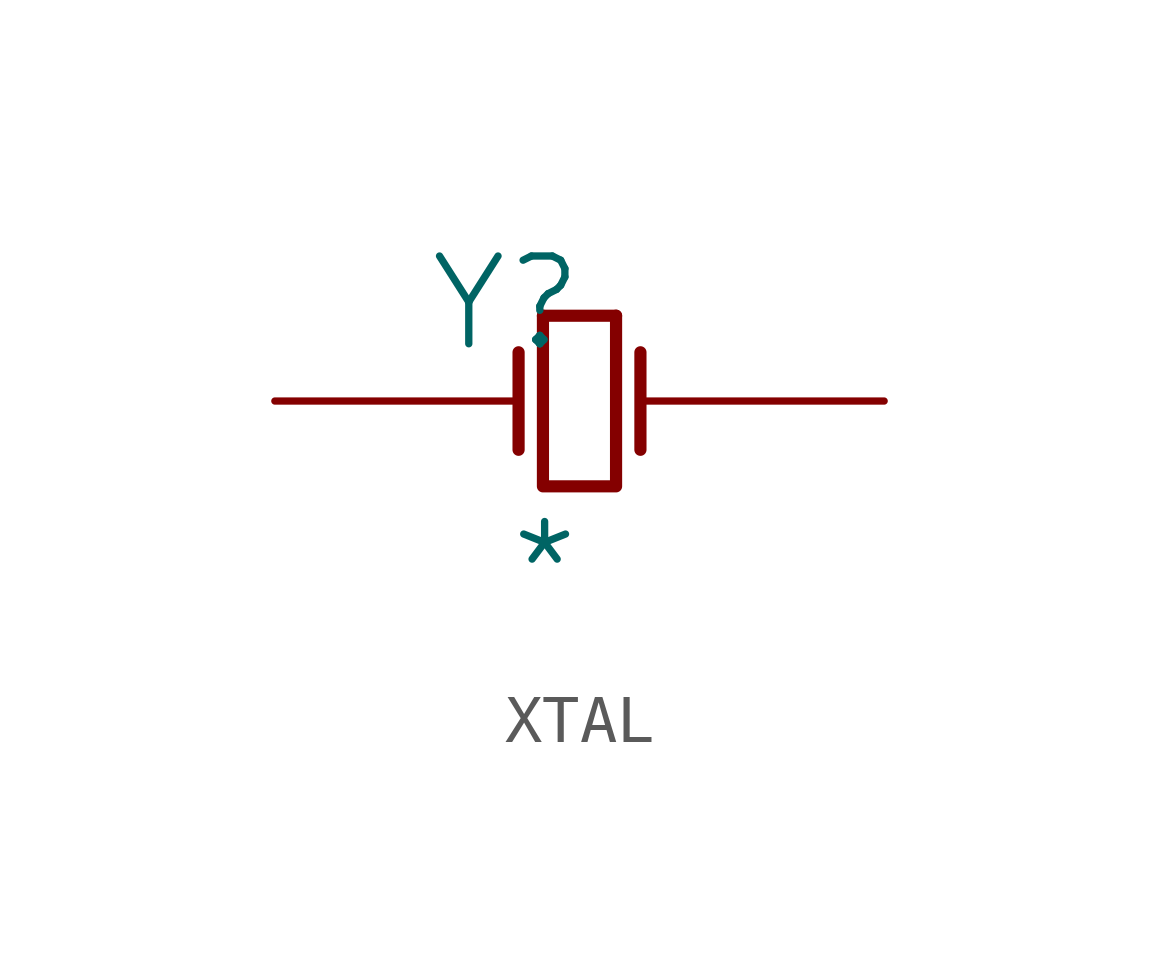
<source format=kicad_sym>
(kicad_symbol_lib
  (version 20231120)
  (generator "kicad_symbol_editor")
  (generator_version "8.0")
  (symbol "XTAL"
    (property "Reference" "Y"
      (at -0.254 -0.508 0)
      (effects (font (size 1.829 1.829))))
    (property "Value" "*"
      (at -0.254 -7.112 0)
      (effects (font (size 1.829 1.829)) (justify left bottom)))
    (symbol "XTAL_1_0"
      (polyline (pts (xy 0 -1.524) (xy 0 -3.556)) (stroke (width 0.254) (type solid)) (fill (type none)))
      (polyline (pts (xy 0.508 -0.762) (xy 2.032 -0.762)) (stroke (width 0.254) (type solid)) (fill (type none)))
      (polyline (pts (xy 2.54 -1.524) (xy 2.54 -3.556)) (stroke (width 0.254) (type solid)) (fill (type none)))
      (polyline (pts (xy 2.032 -0.762) (xy 2.032 -4.318) (xy 0.508 -4.318) (xy 0.508 -0.762)) (stroke (width 0.254) (type solid)) (fill (type none)))
      (pin passive line (at -5.08 -2.54 0) (length 5.08) (name "OSC1" (effects (font (size 0 0)))) (number "1" (effects (font (size 0 0)))))
      (pin passive line (at 7.62 -2.54 180) (length 5.08) (name "OSC2" (effects (font (size 0 0)))) (number "2" (effects (font (size 0 0))))))))
</source>
